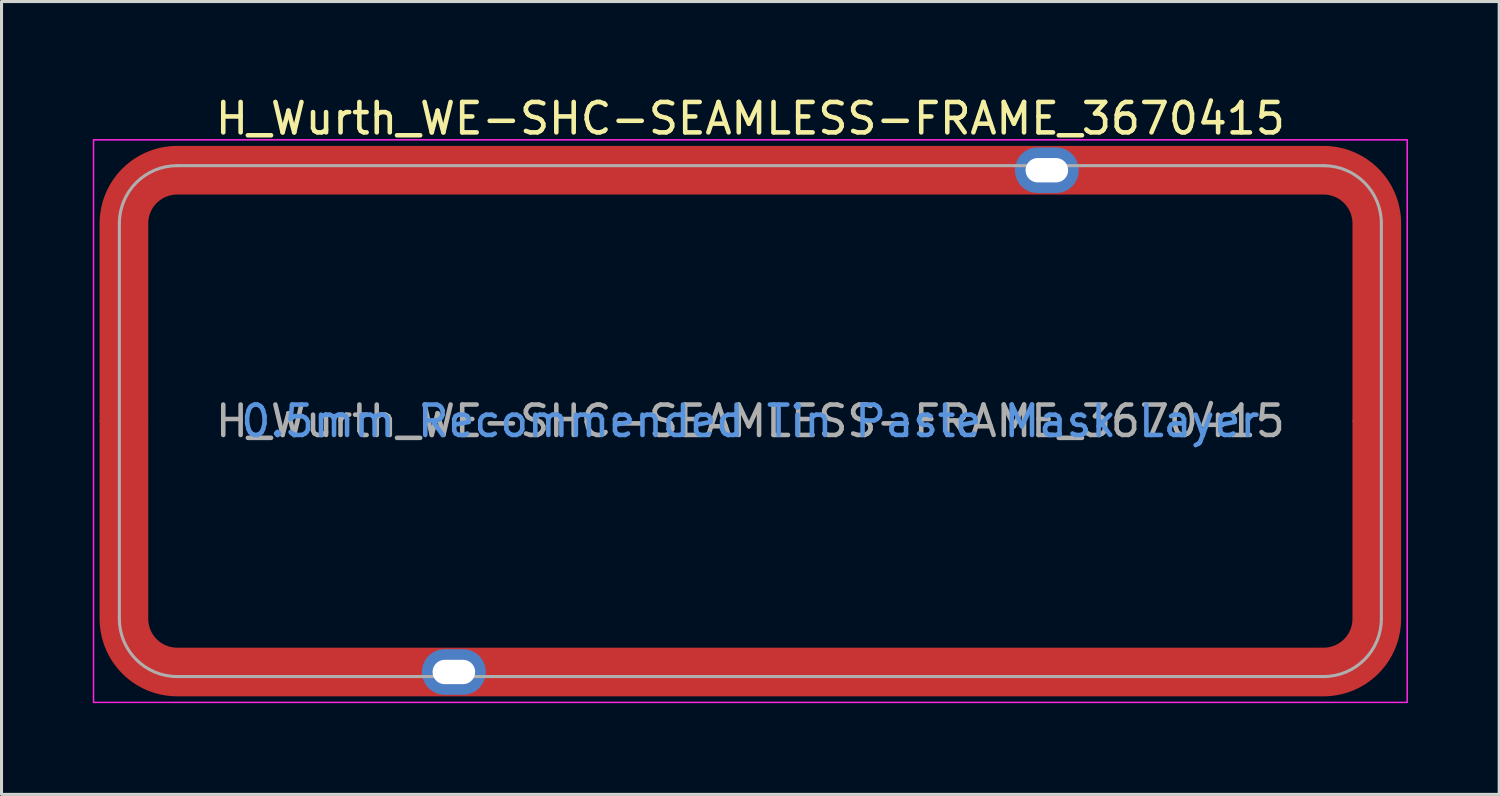
<source format=kicad_pcb>
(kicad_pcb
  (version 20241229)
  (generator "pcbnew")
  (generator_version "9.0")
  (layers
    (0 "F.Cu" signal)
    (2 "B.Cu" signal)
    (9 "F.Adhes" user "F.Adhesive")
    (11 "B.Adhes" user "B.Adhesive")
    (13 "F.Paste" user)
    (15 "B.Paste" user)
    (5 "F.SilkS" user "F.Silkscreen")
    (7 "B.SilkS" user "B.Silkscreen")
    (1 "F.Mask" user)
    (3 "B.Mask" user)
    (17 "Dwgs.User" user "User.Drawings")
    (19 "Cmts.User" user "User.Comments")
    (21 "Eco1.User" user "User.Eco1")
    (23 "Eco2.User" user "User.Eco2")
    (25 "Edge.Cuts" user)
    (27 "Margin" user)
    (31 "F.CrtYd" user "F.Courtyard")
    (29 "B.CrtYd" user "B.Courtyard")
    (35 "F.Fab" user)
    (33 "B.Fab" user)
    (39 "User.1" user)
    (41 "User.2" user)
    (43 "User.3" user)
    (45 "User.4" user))
  (footprint "H_Wurth_WE-SHC-SEAMLESS-FRAME_3670415"
    (layer "F.Cu")
    (at 21.625 10.798)
    (property "Reference" "H_Wurth_WE-SHC-SEAMLESS-FRAME_3670415" (at 0 -9.95 0) (unlocked yes) (layer "F.SilkS") (effects (font (size 1 1) (thickness 0.15))))
    (attr smd)
    (fp_poly (pts (xy -19.85 0.004) (xy -21.35 0.004) (xy -21.35 -6.5) (xy -21.347 -6.631) (xy -21.336 -6.761) (xy -21.319 -6.891) (xy -21.295 -7.02) (xy -21.265 -7.147) (xy -21.228 -7.273) (xy -21.184 -7.396) (xy -21.134 -7.517) (xy -21.078 -7.635) (xy -21.015 -7.75) (xy -20.947 -7.862) (xy -20.873 -7.969) (xy -20.793 -8.073) (xy -20.708 -8.173) (xy -20.618 -8.268) (xy -20.523 -8.358) (xy -20.423 -8.443) (xy -20.319 -8.523) (xy -20.212 -8.597) (xy -20.1 -8.665) (xy -19.985 -8.728) (xy -19.867 -8.784) (xy -19.746 -8.834) (xy -19.623 -8.878) (xy -19.497 -8.915) (xy -19.37 -8.945) (xy -19.241 -8.969) (xy -19.111 -8.986) (xy -18.981 -8.997) (xy -18.85 -9) (xy 18.85 -9) (xy 18.981 -8.997) (xy 19.111 -8.986) (xy 19.241 -8.969) (xy 19.37 -8.945) (xy 19.497 -8.915) (xy 19.623 -8.878) (xy 19.746 -8.834) (xy 19.867 -8.784) (xy 19.985 -8.728) (xy 20.1 -8.665) (xy 20.212 -8.597) (xy 20.319 -8.523) (xy 20.423 -8.443) (xy 20.523 -8.358) (xy 20.618 -8.268) (xy 20.708 -8.173) (xy 20.793 -8.073) (xy 20.873 -7.969) (xy 20.947 -7.862) (xy 21.015 -7.75) (xy 21.078 -7.635) (xy 21.134 -7.517) (xy 21.184 -7.396) (xy 21.228 -7.273) (xy 21.265 -7.147) (xy 21.295 -7.02) (xy 21.319 -6.891) (xy 21.336 -6.761) (xy 21.347 -6.631) (xy 21.35 -6.5) (xy 21.35 0.004) (xy 19.85 0.004) (xy 19.85 -6.5) (xy 19.849 -6.552) (xy 19.845 -6.605) (xy 19.838 -6.656) (xy 19.828 -6.708) (xy 19.816 -6.759) (xy 19.801 -6.809) (xy 19.784 -6.858) (xy 19.764 -6.907) (xy 19.741 -6.954) (xy 19.716 -7) (xy 19.689 -7.045) (xy 19.659 -7.088) (xy 19.627 -7.129) (xy 19.593 -7.169) (xy 19.557 -7.207) (xy 19.519 -7.243) (xy 19.479 -7.277) (xy 19.438 -7.309) (xy 19.395 -7.339) (xy 19.35 -7.366) (xy 19.304 -7.391) (xy 19.257 -7.414) (xy 19.208 -7.434) (xy 19.159 -7.451) (xy 19.109 -7.466) (xy 19.058 -7.478) (xy 19.006 -7.488) (xy 18.955 -7.495) (xy 18.902 -7.499) (xy 18.85 -7.5) (xy -18.85 -7.5) (xy -18.902 -7.499) (xy -18.955 -7.495) (xy -19.006 -7.488) (xy -19.058 -7.478) (xy -19.109 -7.466) (xy -19.159 -7.451) (xy -19.208 -7.434) (xy -19.257 -7.414) (xy -19.304 -7.391) (xy -19.35 -7.366) (xy -19.395 -7.339) (xy -19.438 -7.309) (xy -19.479 -7.277) (xy -19.519 -7.243) (xy -19.557 -7.207) (xy -19.593 -7.169) (xy -19.627 -7.129) (xy -19.659 -7.088) (xy -19.689 -7.045) (xy -19.716 -7) (xy -19.741 -6.954) (xy -19.764 -6.907) (xy -19.784 -6.858) (xy -19.801 -6.809) (xy -19.816 -6.759) (xy -19.828 -6.708) (xy -19.838 -6.656) (xy -19.845 -6.605) (xy -19.849 -6.552) (xy -19.85 -6.5) (xy -19.85 -0.25)) (stroke (width 0.1) (type solid)) (fill yes) (layer "F.Cu"))
    (fp_poly (pts (xy 19.85 -0.004) (xy 21.35 -0.004) (xy 21.35 6.5) (xy 21.347 6.631) (xy 21.336 6.761) (xy 21.319 6.891) (xy 21.295 7.02) (xy 21.265 7.147) (xy 21.228 7.273) (xy 21.184 7.396) (xy 21.134 7.517) (xy 21.078 7.635) (xy 21.015 7.75) (xy 20.947 7.862) (xy 20.873 7.969) (xy 20.793 8.073) (xy 20.708 8.173) (xy 20.618 8.268) (xy 20.523 8.358) (xy 20.423 8.443) (xy 20.319 8.523) (xy 20.212 8.597) (xy 20.1 8.665) (xy 19.985 8.728) (xy 19.867 8.784) (xy 19.746 8.834) (xy 19.623 8.878) (xy 19.497 8.915) (xy 19.37 8.945) (xy 19.241 8.969) (xy 19.111 8.986) (xy 18.981 8.997) (xy 18.85 9) (xy -18.85 9) (xy -18.981 8.997) (xy -19.111 8.986) (xy -19.241 8.969) (xy -19.37 8.945) (xy -19.497 8.915) (xy -19.623 8.878) (xy -19.746 8.834) (xy -19.867 8.784) (xy -19.985 8.728) (xy -20.1 8.665) (xy -20.212 8.597) (xy -20.319 8.523) (xy -20.423 8.443) (xy -20.523 8.358) (xy -20.618 8.268) (xy -20.708 8.173) (xy -20.793 8.073) (xy -20.873 7.969) (xy -20.947 7.862) (xy -21.015 7.75) (xy -21.078 7.635) (xy -21.134 7.517) (xy -21.184 7.396) (xy -21.228 7.273) (xy -21.265 7.147) (xy -21.295 7.02) (xy -21.319 6.891) (xy -21.336 6.761) (xy -21.347 6.631) (xy -21.35 6.5) (xy -21.35 -0.004) (xy -19.85 -0.004) (xy -19.85 6.5) (xy -19.849 6.552) (xy -19.845 6.605) (xy -19.838 6.656) (xy -19.828 6.708) (xy -19.816 6.759) (xy -19.801 6.809) (xy -19.784 6.858) (xy -19.764 6.907) (xy -19.741 6.954) (xy -19.716 7) (xy -19.689 7.045) (xy -19.659 7.088) (xy -19.627 7.129) (xy -19.593 7.169) (xy -19.557 7.207) (xy -19.519 7.243) (xy -19.479 7.277) (xy -19.438 7.309) (xy -19.395 7.339) (xy -19.35 7.366) (xy -19.304 7.391) (xy -19.257 7.414) (xy -19.208 7.434) (xy -19.159 7.451) (xy -19.109 7.466) (xy -19.058 7.478) (xy -19.006 7.488) (xy -18.955 7.495) (xy -18.902 7.499) (xy -18.85 7.5) (xy 18.85 7.5) (xy 18.902 7.499) (xy 18.955 7.495) (xy 19.006 7.488) (xy 19.058 7.478) (xy 19.109 7.466) (xy 19.159 7.451) (xy 19.208 7.434) (xy 19.257 7.414) (xy 19.304 7.391) (xy 19.35 7.366) (xy 19.395 7.339) (xy 19.438 7.309) (xy 19.479 7.277) (xy 19.519 7.243) (xy 19.557 7.207) (xy 19.593 7.169) (xy 19.627 7.129) (xy 19.659 7.088) (xy 19.689 7.045) (xy 19.716 7) (xy 19.741 6.954) (xy 19.764 6.907) (xy 19.784 6.858) (xy 19.801 6.809) (xy 19.816 6.759) (xy 19.828 6.708) (xy 19.838 6.656) (xy 19.845 6.605) (xy 19.849 6.552) (xy 19.85 6.5) (xy 19.85 0.25)) (stroke (width 0.1) (type solid)) (fill yes) (layer "F.Cu"))
    (fp_poly (pts (xy -19.85 0.004) (xy -21.35 0.004) (xy -21.35 -6.5) (xy -21.347 -6.631) (xy -21.336 -6.761) (xy -21.319 -6.891) (xy -21.295 -7.02) (xy -21.265 -7.147) (xy -21.228 -7.273) (xy -21.184 -7.396) (xy -21.134 -7.517) (xy -21.078 -7.635) (xy -21.015 -7.75) (xy -20.947 -7.862) (xy -20.873 -7.969) (xy -20.793 -8.073) (xy -20.708 -8.173) (xy -20.618 -8.268) (xy -20.523 -8.358) (xy -20.423 -8.443) (xy -20.319 -8.523) (xy -20.212 -8.597) (xy -20.1 -8.665) (xy -19.985 -8.728) (xy -19.867 -8.784) (xy -19.746 -8.834) (xy -19.623 -8.878) (xy -19.497 -8.915) (xy -19.37 -8.945) (xy -19.241 -8.969) (xy -19.111 -8.986) (xy -18.981 -8.997) (xy -18.85 -9) (xy 18.85 -9) (xy 18.981 -8.997) (xy 19.111 -8.986) (xy 19.241 -8.969) (xy 19.37 -8.945) (xy 19.497 -8.915) (xy 19.623 -8.878) (xy 19.746 -8.834) (xy 19.867 -8.784) (xy 19.985 -8.728) (xy 20.1 -8.665) (xy 20.212 -8.597) (xy 20.319 -8.523) (xy 20.423 -8.443) (xy 20.523 -8.358) (xy 20.618 -8.268) (xy 20.708 -8.173) (xy 20.793 -8.073) (xy 20.873 -7.969) (xy 20.947 -7.862) (xy 21.015 -7.75) (xy 21.078 -7.635) (xy 21.134 -7.517) (xy 21.184 -7.396) (xy 21.228 -7.273) (xy 21.265 -7.147) (xy 21.295 -7.02) (xy 21.319 -6.891) (xy 21.336 -6.761) (xy 21.347 -6.631) (xy 21.35 -6.5) (xy 21.35 0.004) (xy 19.85 0.004) (xy 19.85 -6.5) (xy 19.849 -6.552) (xy 19.845 -6.605) (xy 19.838 -6.656) (xy 19.828 -6.708) (xy 19.816 -6.759) (xy 19.801 -6.809) (xy 19.784 -6.858) (xy 19.764 -6.907) (xy 19.741 -6.954) (xy 19.716 -7) (xy 19.689 -7.045) (xy 19.659 -7.088) (xy 19.627 -7.129) (xy 19.593 -7.169) (xy 19.557 -7.207) (xy 19.519 -7.243) (xy 19.479 -7.277) (xy 19.438 -7.309) (xy 19.395 -7.339) (xy 19.35 -7.366) (xy 19.304 -7.391) (xy 19.257 -7.414) (xy 19.208 -7.434) (xy 19.159 -7.451) (xy 19.109 -7.466) (xy 19.058 -7.478) (xy 19.006 -7.488) (xy 18.955 -7.495) (xy 18.902 -7.499) (xy 18.85 -7.5) (xy -18.85 -7.5) (xy -18.902 -7.499) (xy -18.955 -7.495) (xy -19.006 -7.488) (xy -19.058 -7.478) (xy -19.109 -7.466) (xy -19.159 -7.451) (xy -19.208 -7.434) (xy -19.257 -7.414) (xy -19.304 -7.391) (xy -19.35 -7.366) (xy -19.395 -7.339) (xy -19.438 -7.309) (xy -19.479 -7.277) (xy -19.519 -7.243) (xy -19.557 -7.207) (xy -19.593 -7.169) (xy -19.627 -7.129) (xy -19.659 -7.088) (xy -19.689 -7.045) (xy -19.716 -7) (xy -19.741 -6.954) (xy -19.764 -6.907) (xy -19.784 -6.858) (xy -19.801 -6.809) (xy -19.816 -6.759) (xy -19.828 -6.708) (xy -19.838 -6.656) (xy -19.845 -6.605) (xy -19.849 -6.552) (xy -19.85 -6.5) (xy -19.85 -0.25)) (stroke (width 0.1) (type solid)) (fill yes) (layer "F.Mask"))
    (fp_poly (pts (xy 19.85 -0.004) (xy 21.35 -0.004) (xy 21.35 6.5) (xy 21.347 6.631) (xy 21.336 6.761) (xy 21.319 6.891) (xy 21.295 7.02) (xy 21.265 7.147) (xy 21.228 7.273) (xy 21.184 7.396) (xy 21.134 7.517) (xy 21.078 7.635) (xy 21.015 7.75) (xy 20.947 7.862) (xy 20.873 7.969) (xy 20.793 8.073) (xy 20.708 8.173) (xy 20.618 8.268) (xy 20.523 8.358) (xy 20.423 8.443) (xy 20.319 8.523) (xy 20.212 8.597) (xy 20.1 8.665) (xy 19.985 8.728) (xy 19.867 8.784) (xy 19.746 8.834) (xy 19.623 8.878) (xy 19.497 8.915) (xy 19.37 8.945) (xy 19.241 8.969) (xy 19.111 8.986) (xy 18.981 8.997) (xy 18.85 9) (xy -18.85 9) (xy -18.981 8.997) (xy -19.111 8.986) (xy -19.241 8.969) (xy -19.37 8.945) (xy -19.497 8.915) (xy -19.623 8.878) (xy -19.746 8.834) (xy -19.867 8.784) (xy -19.985 8.728) (xy -20.1 8.665) (xy -20.212 8.597) (xy -20.319 8.523) (xy -20.423 8.443) (xy -20.523 8.358) (xy -20.618 8.268) (xy -20.708 8.173) (xy -20.793 8.073) (xy -20.873 7.969) (xy -20.947 7.862) (xy -21.015 7.75) (xy -21.078 7.635) (xy -21.134 7.517) (xy -21.184 7.396) (xy -21.228 7.273) (xy -21.265 7.147) (xy -21.295 7.02) (xy -21.319 6.891) (xy -21.336 6.761) (xy -21.347 6.631) (xy -21.35 6.5) (xy -21.35 -0.004) (xy -19.85 -0.004) (xy -19.85 6.5) (xy -19.849 6.552) (xy -19.845 6.605) (xy -19.838 6.656) (xy -19.828 6.708) (xy -19.816 6.759) (xy -19.801 6.809) (xy -19.784 6.858) (xy -19.764 6.907) (xy -19.741 6.954) (xy -19.716 7) (xy -19.689 7.045) (xy -19.659 7.088) (xy -19.627 7.129) (xy -19.593 7.169) (xy -19.557 7.207) (xy -19.519 7.243) (xy -19.479 7.277) (xy -19.438 7.309) (xy -19.395 7.339) (xy -19.35 7.366) (xy -19.304 7.391) (xy -19.257 7.414) (xy -19.208 7.434) (xy -19.159 7.451) (xy -19.109 7.466) (xy -19.058 7.478) (xy -19.006 7.488) (xy -18.955 7.495) (xy -18.902 7.499) (xy -18.85 7.5) (xy 18.85 7.5) (xy 18.902 7.499) (xy 18.955 7.495) (xy 19.006 7.488) (xy 19.058 7.478) (xy 19.109 7.466) (xy 19.159 7.451) (xy 19.208 7.434) (xy 19.257 7.414) (xy 19.304 7.391) (xy 19.35 7.366) (xy 19.395 7.339) (xy 19.438 7.309) (xy 19.479 7.277) (xy 19.519 7.243) (xy 19.557 7.207) (xy 19.593 7.169) (xy 19.627 7.129) (xy 19.659 7.088) (xy 19.689 7.045) (xy 19.716 7) (xy 19.741 6.954) (xy 19.764 6.907) (xy 19.784 6.858) (xy 19.801 6.809) (xy 19.816 6.759) (xy 19.828 6.708) (xy 19.838 6.656) (xy 19.845 6.605) (xy 19.849 6.552) (xy 19.85 6.5) (xy 19.85 0.25)) (stroke (width 0.1) (type solid)) (fill yes) (layer "F.Mask"))
    (fp_poly (pts (xy -19.85 0.004) (xy -21.35 0.004) (xy -21.35 -6.5) (xy -21.347 -6.631) (xy -21.336 -6.761) (xy -21.319 -6.891) (xy -21.295 -7.02) (xy -21.265 -7.147) (xy -21.228 -7.273) (xy -21.184 -7.396) (xy -21.134 -7.517) (xy -21.078 -7.635) (xy -21.015 -7.75) (xy -20.947 -7.862) (xy -20.873 -7.969) (xy -20.793 -8.073) (xy -20.708 -8.173) (xy -20.618 -8.268) (xy -20.523 -8.358) (xy -20.423 -8.443) (xy -20.319 -8.523) (xy -20.212 -8.597) (xy -20.1 -8.665) (xy -19.985 -8.728) (xy -19.867 -8.784) (xy -19.746 -8.834) (xy -19.623 -8.878) (xy -19.497 -8.915) (xy -19.37 -8.945) (xy -19.241 -8.969) (xy -19.111 -8.986) (xy -18.981 -8.997) (xy -18.85 -9) (xy 18.85 -9) (xy 18.981 -8.997) (xy 19.111 -8.986) (xy 19.241 -8.969) (xy 19.37 -8.945) (xy 19.497 -8.915) (xy 19.623 -8.878) (xy 19.746 -8.834) (xy 19.867 -8.784) (xy 19.985 -8.728) (xy 20.1 -8.665) (xy 20.212 -8.597) (xy 20.319 -8.523) (xy 20.423 -8.443) (xy 20.523 -8.358) (xy 20.618 -8.268) (xy 20.708 -8.173) (xy 20.793 -8.073) (xy 20.873 -7.969) (xy 20.947 -7.862) (xy 21.015 -7.75) (xy 21.078 -7.635) (xy 21.134 -7.517) (xy 21.184 -7.396) (xy 21.228 -7.273) (xy 21.265 -7.147) (xy 21.295 -7.02) (xy 21.319 -6.891) (xy 21.336 -6.761) (xy 21.347 -6.631) (xy 21.35 -6.5) (xy 21.35 0.004) (xy 19.85 0.004) (xy 19.85 -6.5) (xy 19.849 -6.552) (xy 19.845 -6.605) (xy 19.838 -6.656) (xy 19.828 -6.708) (xy 19.816 -6.759) (xy 19.801 -6.809) (xy 19.784 -6.858) (xy 19.764 -6.907) (xy 19.741 -6.954) (xy 19.716 -7) (xy 19.689 -7.045) (xy 19.659 -7.088) (xy 19.627 -7.129) (xy 19.593 -7.169) (xy 19.557 -7.207) (xy 19.519 -7.243) (xy 19.479 -7.277) (xy 19.438 -7.309) (xy 19.395 -7.339) (xy 19.35 -7.366) (xy 19.304 -7.391) (xy 19.257 -7.414) (xy 19.208 -7.434) (xy 19.159 -7.451) (xy 19.109 -7.466) (xy 19.058 -7.478) (xy 19.006 -7.488) (xy 18.955 -7.495) (xy 18.902 -7.499) (xy 18.85 -7.5) (xy -18.85 -7.5) (xy -18.902 -7.499) (xy -18.955 -7.495) (xy -19.006 -7.488) (xy -19.058 -7.478) (xy -19.109 -7.466) (xy -19.159 -7.451) (xy -19.208 -7.434) (xy -19.257 -7.414) (xy -19.304 -7.391) (xy -19.35 -7.366) (xy -19.395 -7.339) (xy -19.438 -7.309) (xy -19.479 -7.277) (xy -19.519 -7.243) (xy -19.557 -7.207) (xy -19.593 -7.169) (xy -19.627 -7.129) (xy -19.659 -7.088) (xy -19.689 -7.045) (xy -19.716 -7) (xy -19.741 -6.954) (xy -19.764 -6.907) (xy -19.784 -6.858) (xy -19.801 -6.809) (xy -19.816 -6.759) (xy -19.828 -6.708) (xy -19.838 -6.656) (xy -19.845 -6.605) (xy -19.849 -6.552) (xy -19.85 -6.5) (xy -19.85 -0.25)) (stroke (width 0.1) (type solid)) (fill yes) (layer "F.Paste"))
    (fp_poly (pts (xy 19.85 -0.004) (xy 21.35 -0.004) (xy 21.35 6.5) (xy 21.347 6.631) (xy 21.336 6.761) (xy 21.319 6.891) (xy 21.295 7.02) (xy 21.265 7.147) (xy 21.228 7.273) (xy 21.184 7.396) (xy 21.134 7.517) (xy 21.078 7.635) (xy 21.015 7.75) (xy 20.947 7.862) (xy 20.873 7.969) (xy 20.793 8.073) (xy 20.708 8.173) (xy 20.618 8.268) (xy 20.523 8.358) (xy 20.423 8.443) (xy 20.319 8.523) (xy 20.212 8.597) (xy 20.1 8.665) (xy 19.985 8.728) (xy 19.867 8.784) (xy 19.746 8.834) (xy 19.623 8.878) (xy 19.497 8.915) (xy 19.37 8.945) (xy 19.241 8.969) (xy 19.111 8.986) (xy 18.981 8.997) (xy 18.85 9) (xy -18.85 9) (xy -18.981 8.997) (xy -19.111 8.986) (xy -19.241 8.969) (xy -19.37 8.945) (xy -19.497 8.915) (xy -19.623 8.878) (xy -19.746 8.834) (xy -19.867 8.784) (xy -19.985 8.728) (xy -20.1 8.665) (xy -20.212 8.597) (xy -20.319 8.523) (xy -20.423 8.443) (xy -20.523 8.358) (xy -20.618 8.268) (xy -20.708 8.173) (xy -20.793 8.073) (xy -20.873 7.969) (xy -20.947 7.862) (xy -21.015 7.75) (xy -21.078 7.635) (xy -21.134 7.517) (xy -21.184 7.396) (xy -21.228 7.273) (xy -21.265 7.147) (xy -21.295 7.02) (xy -21.319 6.891) (xy -21.336 6.761) (xy -21.347 6.631) (xy -21.35 6.5) (xy -21.35 -0.004) (xy -19.85 -0.004) (xy -19.85 6.5) (xy -19.849 6.552) (xy -19.845 6.605) (xy -19.838 6.656) (xy -19.828 6.708) (xy -19.816 6.759) (xy -19.801 6.809) (xy -19.784 6.858) (xy -19.764 6.907) (xy -19.741 6.954) (xy -19.716 7) (xy -19.689 7.045) (xy -19.659 7.088) (xy -19.627 7.129) (xy -19.593 7.169) (xy -19.557 7.207) (xy -19.519 7.243) (xy -19.479 7.277) (xy -19.438 7.309) (xy -19.395 7.339) (xy -19.35 7.366) (xy -19.304 7.391) (xy -19.257 7.414) (xy -19.208 7.434) (xy -19.159 7.451) (xy -19.109 7.466) (xy -19.058 7.478) (xy -19.006 7.488) (xy -18.955 7.495) (xy -18.902 7.499) (xy -18.85 7.5) (xy 18.85 7.5) (xy 18.902 7.499) (xy 18.955 7.495) (xy 19.006 7.488) (xy 19.058 7.478) (xy 19.109 7.466) (xy 19.159 7.451) (xy 19.208 7.434) (xy 19.257 7.414) (xy 19.304 7.391) (xy 19.35 7.366) (xy 19.395 7.339) (xy 19.438 7.309) (xy 19.479 7.277) (xy 19.519 7.243) (xy 19.557 7.207) (xy 19.593 7.169) (xy 19.627 7.129) (xy 19.659 7.088) (xy 19.689 7.045) (xy 19.716 7) (xy 19.741 6.954) (xy 19.764 6.907) (xy 19.784 6.858) (xy 19.801 6.809) (xy 19.816 6.759) (xy 19.828 6.708) (xy 19.838 6.656) (xy 19.845 6.605) (xy 19.849 6.552) (xy 19.85 6.5) (xy 19.85 0.25)) (stroke (width 0.1) (type solid)) (fill yes) (layer "F.Paste"))
    (fp_rect (start -21.6 -9.25) (end 21.6 9.25) (stroke (width 0.05) (type solid)) (fill no) (layer "F.CrtYd"))
    (fp_line (start -20.75 6.5) (end -20.75 -6.5) (stroke (width 0.1) (type solid)) (layer "F.Fab"))
    (fp_line (start -18.85 -8.4) (end 18.85 -8.4) (stroke (width 0.1) (type solid)) (layer "F.Fab"))
    (fp_line (start -18.85 8.4) (end 18.85 8.4) (stroke (width 0.1) (type solid)) (layer "F.Fab"))
    (fp_line (start 20.75 6.5) (end 20.75 -6.5) (stroke (width 0.1) (type solid)) (layer "F.Fab"))
    (fp_arc (start -20.75 -6.5) (mid -20.193503 -7.843502) (end -18.850001 -8.399999) (stroke (width 0.1) (type default)) (layer "F.Fab"))
    (fp_arc (start -18.85 8.4) (mid -20.193502 7.843503) (end -20.749999 6.500001) (stroke (width 0.1) (type default)) (layer "F.Fab"))
    (fp_arc (start 18.85 -8.4) (mid 20.193502 -7.843503) (end 20.749999 -6.500001) (stroke (width 0.1) (type default)) (layer "F.Fab"))
    (fp_arc (start 20.75 6.5) (mid 20.193503 7.843502) (end 18.850001 8.399999) (stroke (width 0.1) (type default)) (layer "F.Fab"))
    (fp_text user "0.5mm Recommended Tin Paste Mask Layer" (at 0 0 0) (unlocked yes) (layer "Cmts.User") (effects (font (size 1 1) (thickness 0.15))))
    (fp_text user "${REFERENCE}" (at 0 0 0) (unlocked yes) (layer "F.Fab") (effects (font (size 1 1) (thickness 0.15))))
    (pad "1" thru_hole oval (at -9.75 8.25) (size 2.1 1.5) (drill oval 1.4 0.8) (layers "*.Cu" "*.Mask"))
    (pad "1" thru_hole oval (at 9.75 -8.25) (size 2.1 1.5) (drill oval 1.4 0.8) (layers "*.Cu" "*.Mask")))
  (gr_rect
    (start -3 -3)
    (end 46.25 23.073)
    (stroke (width 0.1) (type default))
    (fill no)
    (layer "Edge.Cuts")))
</source>
